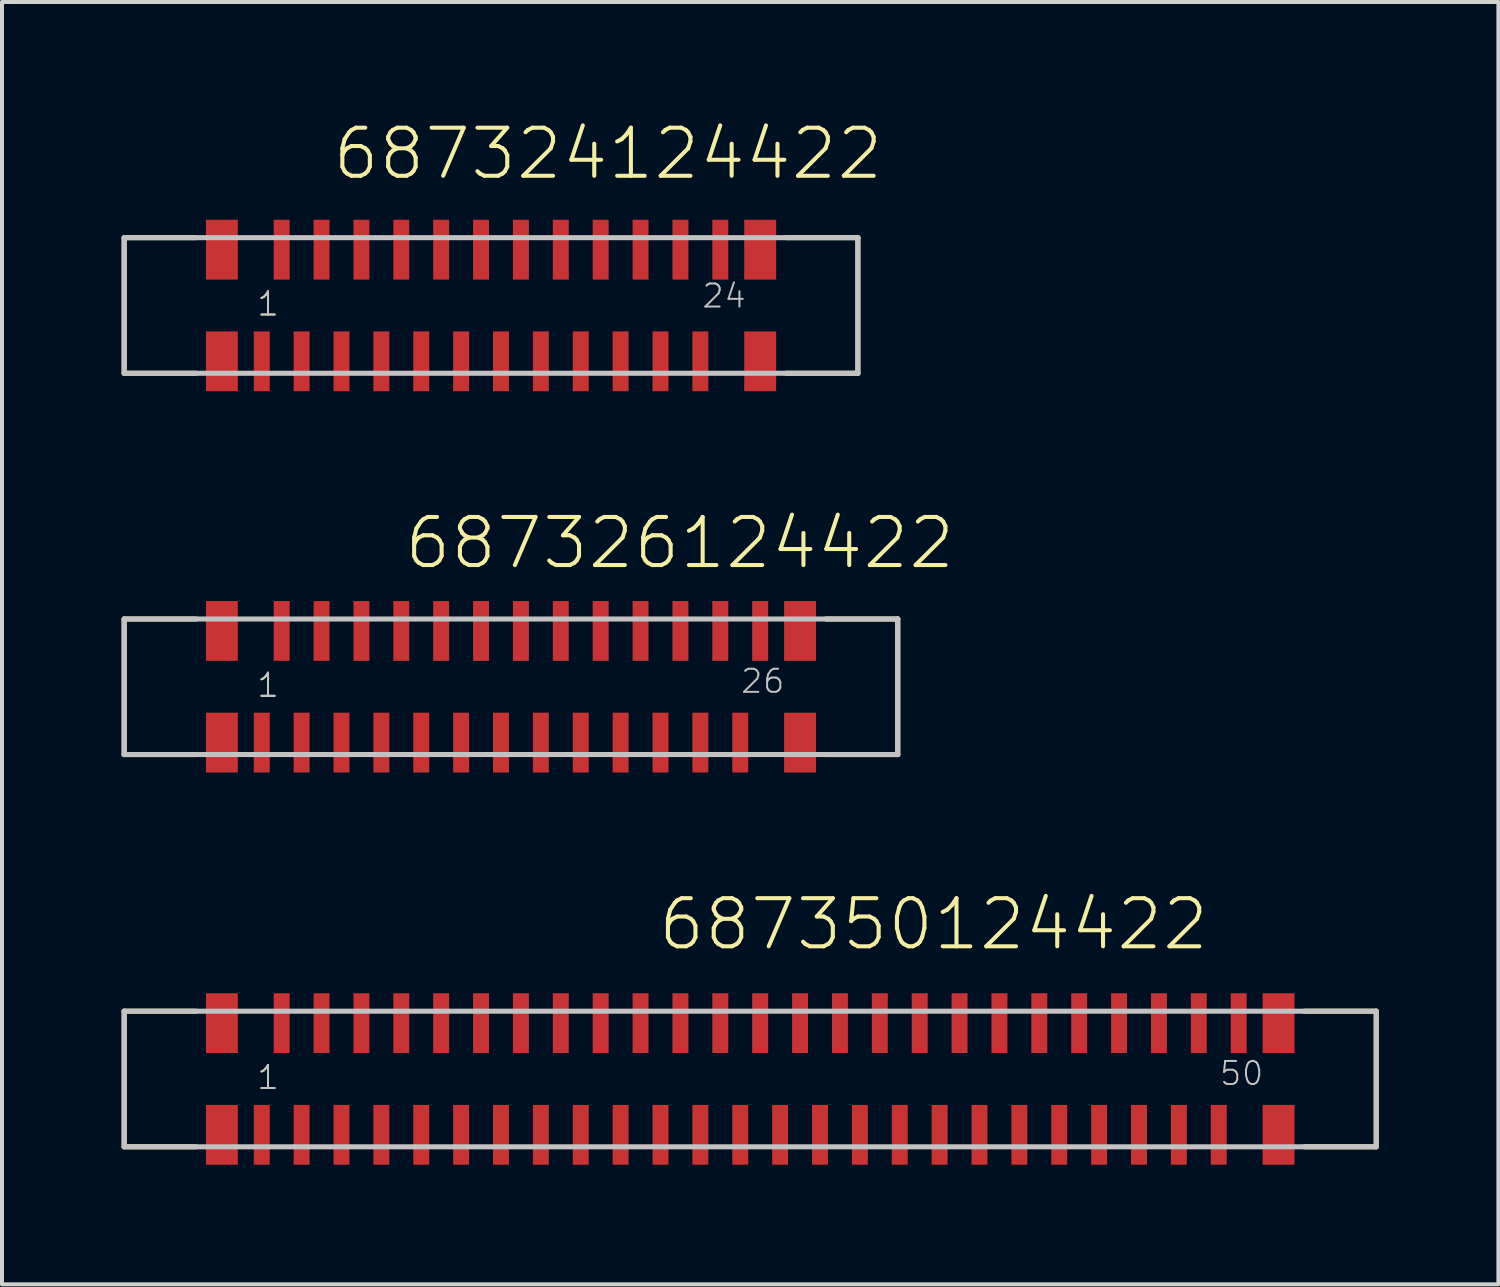
<source format=kicad_pcb>
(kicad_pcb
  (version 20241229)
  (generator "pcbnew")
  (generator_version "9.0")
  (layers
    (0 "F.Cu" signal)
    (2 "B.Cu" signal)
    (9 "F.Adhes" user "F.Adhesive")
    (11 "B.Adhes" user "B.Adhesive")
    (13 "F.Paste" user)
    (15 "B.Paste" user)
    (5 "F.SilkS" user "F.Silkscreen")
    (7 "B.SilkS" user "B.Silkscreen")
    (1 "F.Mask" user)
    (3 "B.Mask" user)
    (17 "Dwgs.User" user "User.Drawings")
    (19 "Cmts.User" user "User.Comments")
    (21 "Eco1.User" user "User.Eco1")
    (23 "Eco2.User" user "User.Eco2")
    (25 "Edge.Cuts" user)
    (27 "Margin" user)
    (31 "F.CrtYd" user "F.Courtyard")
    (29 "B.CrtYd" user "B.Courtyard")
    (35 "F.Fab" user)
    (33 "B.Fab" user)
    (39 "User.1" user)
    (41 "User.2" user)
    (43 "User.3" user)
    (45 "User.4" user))
  (footprint "687324124422"
    (layer "F.Cu")
    (at 9.264 4.611)
    (property "Reference" "687324124422" (at -4.025 -3.1 0) (layer "F.SilkS") (effects (font (size 1.206 1.206) (thickness 0.102)) (justify left bottom)))
    (attr through_hole)
    (fp_line (start -9.2 -1.7) (end -9.2 1.7) (stroke (width 0.127) (type solid)) (layer "F.SilkS"))
    (fp_line (start -9.2 1.7) (end -7.4 1.7) (stroke (width 0.127) (type solid)) (layer "F.SilkS"))
    (fp_line (start -7.4 -1.7) (end -9.2 -1.7) (stroke (width 0.127) (type solid)) (layer "F.SilkS"))
    (fp_line (start 7.4 -1.7) (end 9.2 -1.7) (stroke (width 0.127) (type solid)) (layer "F.SilkS"))
    (fp_line (start 9.2 -1.7) (end 9.2 1.7) (stroke (width 0.127) (type solid)) (layer "F.SilkS"))
    (fp_line (start 9.2 1.7) (end 7.4 1.7) (stroke (width 0.127) (type solid)) (layer "F.SilkS"))
    (fp_line (start -9.2 -1.7) (end -9.2 1.7) (stroke (width 0.127) (type solid)) (layer "Dwgs.User"))
    (fp_line (start -9.2 1.7) (end 9.2 1.7) (stroke (width 0.127) (type solid)) (layer "Dwgs.User"))
    (fp_line (start 9.2 -1.7) (end -9.2 -1.7) (stroke (width 0.127) (type solid)) (layer "Dwgs.User"))
    (fp_line (start 9.2 1.7) (end 9.2 -1.7) (stroke (width 0.127) (type solid)) (layer "Dwgs.User"))
    (fp_text user "1" (at -5.9 0.3 0) (layer "F.SilkS") (effects (font (size 0.579 0.579) (thickness 0.049)) (justify left bottom)))
    (fp_text user "1" (at -5.9 0.3 0) (layer "Dwgs.User") (effects (font (size 0.579 0.579) (thickness 0.049)) (justify left bottom)))
    (fp_text user "24" (at 5.26 0.1 0) (layer "Dwgs.User") (effects (font (size 0.579 0.579) (thickness 0.049)) (justify left bottom)))
    (pad "1" smd rect (at -5.75 1.4 180) (size 0.4 1.5) (layers "F.Cu" "F.Mask" "F.Paste"))
    (pad "2" smd rect (at -5.25 -1.4) (size 0.4 1.5) (layers "F.Cu" "F.Mask" "F.Paste"))
    (pad "3" smd rect (at -4.75 1.4 180) (size 0.4 1.5) (layers "F.Cu" "F.Mask" "F.Paste"))
    (pad "4" smd rect (at -4.25 -1.4 180) (size 0.4 1.5) (layers "F.Cu" "F.Mask" "F.Paste"))
    (pad "5" smd rect (at -3.75 1.4 180) (size 0.4 1.5) (layers "F.Cu" "F.Mask" "F.Paste"))
    (pad "6" smd rect (at -3.25 -1.4 180) (size 0.4 1.5) (layers "F.Cu" "F.Mask" "F.Paste"))
    (pad "7" smd rect (at -2.75 1.4 180) (size 0.4 1.5) (layers "F.Cu" "F.Mask" "F.Paste"))
    (pad "8" smd rect (at -2.25 -1.4 180) (size 0.4 1.5) (layers "F.Cu" "F.Mask" "F.Paste"))
    (pad "9" smd rect (at -1.75 1.4 180) (size 0.4 1.5) (layers "F.Cu" "F.Mask" "F.Paste"))
    (pad "10" smd rect (at -1.25 -1.4 180) (size 0.4 1.5) (layers "F.Cu" "F.Mask" "F.Paste"))
    (pad "11" smd rect (at -0.75 1.4 180) (size 0.4 1.5) (layers "F.Cu" "F.Mask" "F.Paste"))
    (pad "12" smd rect (at -0.25 -1.4 180) (size 0.4 1.5) (layers "F.Cu" "F.Mask" "F.Paste"))
    (pad "13" smd rect (at 0.25 1.4 180) (size 0.4 1.5) (layers "F.Cu" "F.Mask" "F.Paste"))
    (pad "14" smd rect (at 0.75 -1.4 180) (size 0.4 1.5) (layers "F.Cu" "F.Mask" "F.Paste"))
    (pad "15" smd rect (at 1.25 1.4 180) (size 0.4 1.5) (layers "F.Cu" "F.Mask" "F.Paste"))
    (pad "16" smd rect (at 1.75 -1.4 180) (size 0.4 1.5) (layers "F.Cu" "F.Mask" "F.Paste"))
    (pad "17" smd rect (at 2.25 1.4 180) (size 0.4 1.5) (layers "F.Cu" "F.Mask" "F.Paste"))
    (pad "18" smd rect (at 2.75 -1.4 180) (size 0.4 1.5) (layers "F.Cu" "F.Mask" "F.Paste"))
    (pad "19" smd rect (at 3.25 1.4 180) (size 0.4 1.5) (layers "F.Cu" "F.Mask" "F.Paste"))
    (pad "20" smd rect (at 3.75 -1.4 180) (size 0.4 1.5) (layers "F.Cu" "F.Mask" "F.Paste"))
    (pad "21" smd rect (at 4.25 1.4 180) (size 0.4 1.5) (layers "F.Cu" "F.Mask" "F.Paste"))
    (pad "22" smd rect (at 4.75 -1.4 180) (size 0.4 1.5) (layers "F.Cu" "F.Mask" "F.Paste"))
    (pad "23" smd rect (at 5.25 1.4 180) (size 0.4 1.5) (layers "F.Cu" "F.Mask" "F.Paste"))
    (pad "24" smd rect (at 5.75 -1.4 180) (size 0.4 1.5) (layers "F.Cu" "F.Mask" "F.Paste"))
    (pad "Z1" smd rect (at -6.75 -1.4 180) (size 0.8 1.5) (layers "F.Cu" "F.Mask" "F.Paste"))
    (pad "Z2" smd rect (at -6.75 1.4 180) (size 0.8 1.5) (layers "F.Cu" "F.Mask" "F.Paste"))
    (pad "Z3" smd rect (at 6.75 1.4 180) (size 0.8 1.5) (layers "F.Cu" "F.Mask" "F.Paste"))
    (pad "Z4" smd rect (at 6.75 -1.4 180) (size 0.8 1.5) (layers "F.Cu" "F.Mask" "F.Paste")))
  (footprint "687350124422"
    (layer "F.Cu")
    (at 15.764 24.009)
    (property "Reference" "687350124422" (at -2.36 -3.175 0) (layer "F.SilkS") (effects (font (size 1.206 1.206) (thickness 0.102)) (justify left bottom)))
    (attr through_hole)
    (fp_line (start -15.7 -1.7) (end -15.7 1.7) (stroke (width 0.127) (type solid)) (layer "F.SilkS"))
    (fp_line (start -15.7 1.7) (end -13.9 1.7) (stroke (width 0.127) (type solid)) (layer "F.SilkS"))
    (fp_line (start -13.9 -1.7) (end -15.7 -1.7) (stroke (width 0.127) (type solid)) (layer "F.SilkS"))
    (fp_line (start 13.9 -1.7) (end 15.7 -1.7) (stroke (width 0.127) (type solid)) (layer "F.SilkS"))
    (fp_line (start 15.7 -1.7) (end 15.7 1.7) (stroke (width 0.127) (type solid)) (layer "F.SilkS"))
    (fp_line (start 15.7 1.7) (end 13.9 1.7) (stroke (width 0.127) (type solid)) (layer "F.SilkS"))
    (fp_line (start -15.7 -1.7) (end -15.7 1.7) (stroke (width 0.127) (type solid)) (layer "Dwgs.User"))
    (fp_line (start -15.7 1.7) (end 15.7 1.7) (stroke (width 0.127) (type solid)) (layer "Dwgs.User"))
    (fp_line (start 15.7 -1.7) (end -15.7 -1.7) (stroke (width 0.127) (type solid)) (layer "Dwgs.User"))
    (fp_line (start 15.7 1.7) (end 15.7 -1.7) (stroke (width 0.127) (type solid)) (layer "Dwgs.User"))
    (fp_text user "1" (at -12.4 0.3 0) (layer "F.SilkS") (effects (font (size 0.579 0.579) (thickness 0.049)) (justify left bottom)))
    (fp_text user "50" (at 11.74 0.2 0) (layer "Dwgs.User") (effects (font (size 0.579 0.579) (thickness 0.049)) (justify left bottom)))
    (fp_text user "1" (at -12.4 0.3 0) (layer "Dwgs.User") (effects (font (size 0.579 0.579) (thickness 0.049)) (justify left bottom)))
    (pad "1" smd rect (at -12.25 1.4 180) (size 0.4 1.5) (layers "F.Cu" "F.Mask" "F.Paste"))
    (pad "2" smd rect (at -11.75 -1.4) (size 0.4 1.5) (layers "F.Cu" "F.Mask" "F.Paste"))
    (pad "3" smd rect (at -11.25 1.4 180) (size 0.4 1.5) (layers "F.Cu" "F.Mask" "F.Paste"))
    (pad "4" smd rect (at -10.75 -1.4 180) (size 0.4 1.5) (layers "F.Cu" "F.Mask" "F.Paste"))
    (pad "5" smd rect (at -10.25 1.4 180) (size 0.4 1.5) (layers "F.Cu" "F.Mask" "F.Paste"))
    (pad "6" smd rect (at -9.75 -1.4 180) (size 0.4 1.5) (layers "F.Cu" "F.Mask" "F.Paste"))
    (pad "7" smd rect (at -9.25 1.4 180) (size 0.4 1.5) (layers "F.Cu" "F.Mask" "F.Paste"))
    (pad "8" smd rect (at -8.75 -1.4 180) (size 0.4 1.5) (layers "F.Cu" "F.Mask" "F.Paste"))
    (pad "9" smd rect (at -8.25 1.4 180) (size 0.4 1.5) (layers "F.Cu" "F.Mask" "F.Paste"))
    (pad "10" smd rect (at -7.75 -1.4 180) (size 0.4 1.5) (layers "F.Cu" "F.Mask" "F.Paste"))
    (pad "11" smd rect (at -7.25 1.4 180) (size 0.4 1.5) (layers "F.Cu" "F.Mask" "F.Paste"))
    (pad "12" smd rect (at -6.75 -1.4 180) (size 0.4 1.5) (layers "F.Cu" "F.Mask" "F.Paste"))
    (pad "13" smd rect (at -6.25 1.4 180) (size 0.4 1.5) (layers "F.Cu" "F.Mask" "F.Paste"))
    (pad "14" smd rect (at -5.75 -1.4 180) (size 0.4 1.5) (layers "F.Cu" "F.Mask" "F.Paste"))
    (pad "15" smd rect (at -5.25 1.4 180) (size 0.4 1.5) (layers "F.Cu" "F.Mask" "F.Paste"))
    (pad "16" smd rect (at -4.75 -1.4 180) (size 0.4 1.5) (layers "F.Cu" "F.Mask" "F.Paste"))
    (pad "17" smd rect (at -4.25 1.4 180) (size 0.4 1.5) (layers "F.Cu" "F.Mask" "F.Paste"))
    (pad "18" smd rect (at -3.75 -1.4 180) (size 0.4 1.5) (layers "F.Cu" "F.Mask" "F.Paste"))
    (pad "19" smd rect (at -3.25 1.4 180) (size 0.4 1.5) (layers "F.Cu" "F.Mask" "F.Paste"))
    (pad "20" smd rect (at -2.75 -1.4 180) (size 0.4 1.5) (layers "F.Cu" "F.Mask" "F.Paste"))
    (pad "21" smd rect (at -2.25 1.4 180) (size 0.4 1.5) (layers "F.Cu" "F.Mask" "F.Paste"))
    (pad "22" smd rect (at -1.75 -1.4 180) (size 0.4 1.5) (layers "F.Cu" "F.Mask" "F.Paste"))
    (pad "23" smd rect (at -1.25 1.4 180) (size 0.4 1.5) (layers "F.Cu" "F.Mask" "F.Paste"))
    (pad "24" smd rect (at -0.75 -1.4 180) (size 0.4 1.5) (layers "F.Cu" "F.Mask" "F.Paste"))
    (pad "25" smd rect (at -0.25 1.4 180) (size 0.4 1.5) (layers "F.Cu" "F.Mask" "F.Paste"))
    (pad "26" smd rect (at 0.25 -1.4 180) (size 0.4 1.5) (layers "F.Cu" "F.Mask" "F.Paste"))
    (pad "27" smd rect (at 0.75 1.4 180) (size 0.4 1.5) (layers "F.Cu" "F.Mask" "F.Paste"))
    (pad "28" smd rect (at 1.25 -1.4 180) (size 0.4 1.5) (layers "F.Cu" "F.Mask" "F.Paste"))
    (pad "29" smd rect (at 1.75 1.4 180) (size 0.4 1.5) (layers "F.Cu" "F.Mask" "F.Paste"))
    (pad "30" smd rect (at 2.25 -1.4 180) (size 0.4 1.5) (layers "F.Cu" "F.Mask" "F.Paste"))
    (pad "31" smd rect (at 2.75 1.4 180) (size 0.4 1.5) (layers "F.Cu" "F.Mask" "F.Paste"))
    (pad "32" smd rect (at 3.25 -1.4 180) (size 0.4 1.5) (layers "F.Cu" "F.Mask" "F.Paste"))
    (pad "33" smd rect (at 3.75 1.4 180) (size 0.4 1.5) (layers "F.Cu" "F.Mask" "F.Paste"))
    (pad "34" smd rect (at 4.25 -1.4 180) (size 0.4 1.5) (layers "F.Cu" "F.Mask" "F.Paste"))
    (pad "35" smd rect (at 4.75 1.4 180) (size 0.4 1.5) (layers "F.Cu" "F.Mask" "F.Paste"))
    (pad "36" smd rect (at 5.25 -1.4 180) (size 0.4 1.5) (layers "F.Cu" "F.Mask" "F.Paste"))
    (pad "37" smd rect (at 5.75 1.4 180) (size 0.4 1.5) (layers "F.Cu" "F.Mask" "F.Paste"))
    (pad "38" smd rect (at 6.25 -1.4 180) (size 0.4 1.5) (layers "F.Cu" "F.Mask" "F.Paste"))
    (pad "39" smd rect (at 6.75 1.4 180) (size 0.4 1.5) (layers "F.Cu" "F.Mask" "F.Paste"))
    (pad "40" smd rect (at 7.25 -1.4 180) (size 0.4 1.5) (layers "F.Cu" "F.Mask" "F.Paste"))
    (pad "41" smd rect (at 7.75 1.4 180) (size 0.4 1.5) (layers "F.Cu" "F.Mask" "F.Paste"))
    (pad "42" smd rect (at 8.25 -1.4 180) (size 0.4 1.5) (layers "F.Cu" "F.Mask" "F.Paste"))
    (pad "43" smd rect (at 8.75 1.4 180) (size 0.4 1.5) (layers "F.Cu" "F.Mask" "F.Paste"))
    (pad "44" smd rect (at 9.25 -1.4 180) (size 0.4 1.5) (layers "F.Cu" "F.Mask" "F.Paste"))
    (pad "45" smd rect (at 9.75 1.4 180) (size 0.4 1.5) (layers "F.Cu" "F.Mask" "F.Paste"))
    (pad "46" smd rect (at 10.25 -1.4 180) (size 0.4 1.5) (layers "F.Cu" "F.Mask" "F.Paste"))
    (pad "47" smd rect (at 10.75 1.4 180) (size 0.4 1.5) (layers "F.Cu" "F.Mask" "F.Paste"))
    (pad "48" smd rect (at 11.25 -1.4 180) (size 0.4 1.5) (layers "F.Cu" "F.Mask" "F.Paste"))
    (pad "49" smd rect (at 11.75 1.4 180) (size 0.4 1.5) (layers "F.Cu" "F.Mask" "F.Paste"))
    (pad "50" smd rect (at 12.25 -1.4 180) (size 0.4 1.5) (layers "F.Cu" "F.Mask" "F.Paste"))
    (pad "Z1" smd rect (at -13.25 -1.4 180) (size 0.8 1.5) (layers "F.Cu" "F.Mask" "F.Paste"))
    (pad "Z2" smd rect (at -13.25 1.4 180) (size 0.8 1.5) (layers "F.Cu" "F.Mask" "F.Paste"))
    (pad "Z3" smd rect (at 13.25 1.4 180) (size 0.8 1.5) (layers "F.Cu" "F.Mask" "F.Paste"))
    (pad "Z4" smd rect (at 13.25 -1.4 180) (size 0.8 1.5) (layers "F.Cu" "F.Mask" "F.Paste")))
  (footprint "687326124422"
    (layer "F.Cu")
    (at 9.764 14.173)
    (property "Reference" "687326124422" (at -2.725 -2.9 0) (layer "F.SilkS") (effects (font (size 1.206 1.206) (thickness 0.102)) (justify left bottom)))
    (attr through_hole)
    (fp_line (start -9.7 -1.7) (end -9.7 1.7) (stroke (width 0.127) (type solid)) (layer "F.SilkS"))
    (fp_line (start -9.7 1.7) (end -7.9 1.7) (stroke (width 0.127) (type solid)) (layer "F.SilkS"))
    (fp_line (start -7.9 -1.7) (end -9.7 -1.7) (stroke (width 0.127) (type solid)) (layer "F.SilkS"))
    (fp_line (start 7.9 -1.7) (end 9.7 -1.7) (stroke (width 0.127) (type solid)) (layer "F.SilkS"))
    (fp_line (start 9.7 -1.7) (end 9.7 1.7) (stroke (width 0.127) (type solid)) (layer "F.SilkS"))
    (fp_line (start 9.7 1.7) (end 7.9 1.7) (stroke (width 0.127) (type solid)) (layer "F.SilkS"))
    (fp_line (start -9.7 -1.7) (end -9.7 1.7) (stroke (width 0.127) (type solid)) (layer "Dwgs.User"))
    (fp_line (start -9.7 1.7) (end 9.7 1.7) (stroke (width 0.127) (type solid)) (layer "Dwgs.User"))
    (fp_line (start 9.7 -1.7) (end -9.7 -1.7) (stroke (width 0.127) (type solid)) (layer "Dwgs.User"))
    (fp_line (start 9.7 1.7) (end 9.7 -1.7) (stroke (width 0.127) (type solid)) (layer "Dwgs.User"))
    (fp_text user "1" (at -6.4 0.3 0) (layer "F.SilkS") (effects (font (size 0.579 0.579) (thickness 0.049)) (justify left bottom)))
    (fp_text user "26" (at 5.73 0.2 0) (layer "Dwgs.User") (effects (font (size 0.579 0.579) (thickness 0.049)) (justify left bottom)))
    (fp_text user "1" (at -6.4 0.3 0) (layer "Dwgs.User") (effects (font (size 0.579 0.579) (thickness 0.049)) (justify left bottom)))
    (pad "1" smd rect (at -6.25 1.4 180) (size 0.4 1.5) (layers "F.Cu" "F.Mask" "F.Paste"))
    (pad "2" smd rect (at -5.75 -1.4) (size 0.4 1.5) (layers "F.Cu" "F.Mask" "F.Paste"))
    (pad "3" smd rect (at -5.25 1.4 180) (size 0.4 1.5) (layers "F.Cu" "F.Mask" "F.Paste"))
    (pad "4" smd rect (at -4.75 -1.4 180) (size 0.4 1.5) (layers "F.Cu" "F.Mask" "F.Paste"))
    (pad "5" smd rect (at -4.25 1.4 180) (size 0.4 1.5) (layers "F.Cu" "F.Mask" "F.Paste"))
    (pad "6" smd rect (at -3.75 -1.4 180) (size 0.4 1.5) (layers "F.Cu" "F.Mask" "F.Paste"))
    (pad "7" smd rect (at -3.25 1.4 180) (size 0.4 1.5) (layers "F.Cu" "F.Mask" "F.Paste"))
    (pad "8" smd rect (at -2.75 -1.4 180) (size 0.4 1.5) (layers "F.Cu" "F.Mask" "F.Paste"))
    (pad "9" smd rect (at -2.25 1.4 180) (size 0.4 1.5) (layers "F.Cu" "F.Mask" "F.Paste"))
    (pad "10" smd rect (at -1.75 -1.4 180) (size 0.4 1.5) (layers "F.Cu" "F.Mask" "F.Paste"))
    (pad "11" smd rect (at -1.25 1.4 180) (size 0.4 1.5) (layers "F.Cu" "F.Mask" "F.Paste"))
    (pad "12" smd rect (at -0.75 -1.4 180) (size 0.4 1.5) (layers "F.Cu" "F.Mask" "F.Paste"))
    (pad "13" smd rect (at -0.25 1.4 180) (size 0.4 1.5) (layers "F.Cu" "F.Mask" "F.Paste"))
    (pad "14" smd rect (at 0.25 -1.4 180) (size 0.4 1.5) (layers "F.Cu" "F.Mask" "F.Paste"))
    (pad "15" smd rect (at 0.75 1.4 180) (size 0.4 1.5) (layers "F.Cu" "F.Mask" "F.Paste"))
    (pad "16" smd rect (at 1.25 -1.4 180) (size 0.4 1.5) (layers "F.Cu" "F.Mask" "F.Paste"))
    (pad "17" smd rect (at 1.75 1.4 180) (size 0.4 1.5) (layers "F.Cu" "F.Mask" "F.Paste"))
    (pad "18" smd rect (at 2.25 -1.4 180) (size 0.4 1.5) (layers "F.Cu" "F.Mask" "F.Paste"))
    (pad "19" smd rect (at 2.75 1.4 180) (size 0.4 1.5) (layers "F.Cu" "F.Mask" "F.Paste"))
    (pad "20" smd rect (at 3.25 -1.4 180) (size 0.4 1.5) (layers "F.Cu" "F.Mask" "F.Paste"))
    (pad "21" smd rect (at 3.75 1.4 180) (size 0.4 1.5) (layers "F.Cu" "F.Mask" "F.Paste"))
    (pad "22" smd rect (at 4.25 -1.4 180) (size 0.4 1.5) (layers "F.Cu" "F.Mask" "F.Paste"))
    (pad "23" smd rect (at 4.75 1.4 180) (size 0.4 1.5) (layers "F.Cu" "F.Mask" "F.Paste"))
    (pad "24" smd rect (at 5.25 -1.4 180) (size 0.4 1.5) (layers "F.Cu" "F.Mask" "F.Paste"))
    (pad "25" smd rect (at 5.75 1.4 180) (size 0.4 1.5) (layers "F.Cu" "F.Mask" "F.Paste"))
    (pad "26" smd rect (at 6.25 -1.4 180) (size 0.4 1.5) (layers "F.Cu" "F.Mask" "F.Paste"))
    (pad "Z1" smd rect (at -7.25 -1.4 180) (size 0.8 1.5) (layers "F.Cu" "F.Mask" "F.Paste"))
    (pad "Z2" smd rect (at -7.25 1.4 180) (size 0.8 1.5) (layers "F.Cu" "F.Mask" "F.Paste"))
    (pad "Z3" smd rect (at 7.25 1.4 180) (size 0.8 1.5) (layers "F.Cu" "F.Mask" "F.Paste"))
    (pad "Z4" smd rect (at 7.25 -1.4 180) (size 0.8 1.5) (layers "F.Cu" "F.Mask" "F.Paste")))
  (gr_rect
    (start -3 -3)
    (end 34.527 29.159)
    (stroke (width 0.1) (type default))
    (fill no)
    (layer "Edge.Cuts")))
</source>
